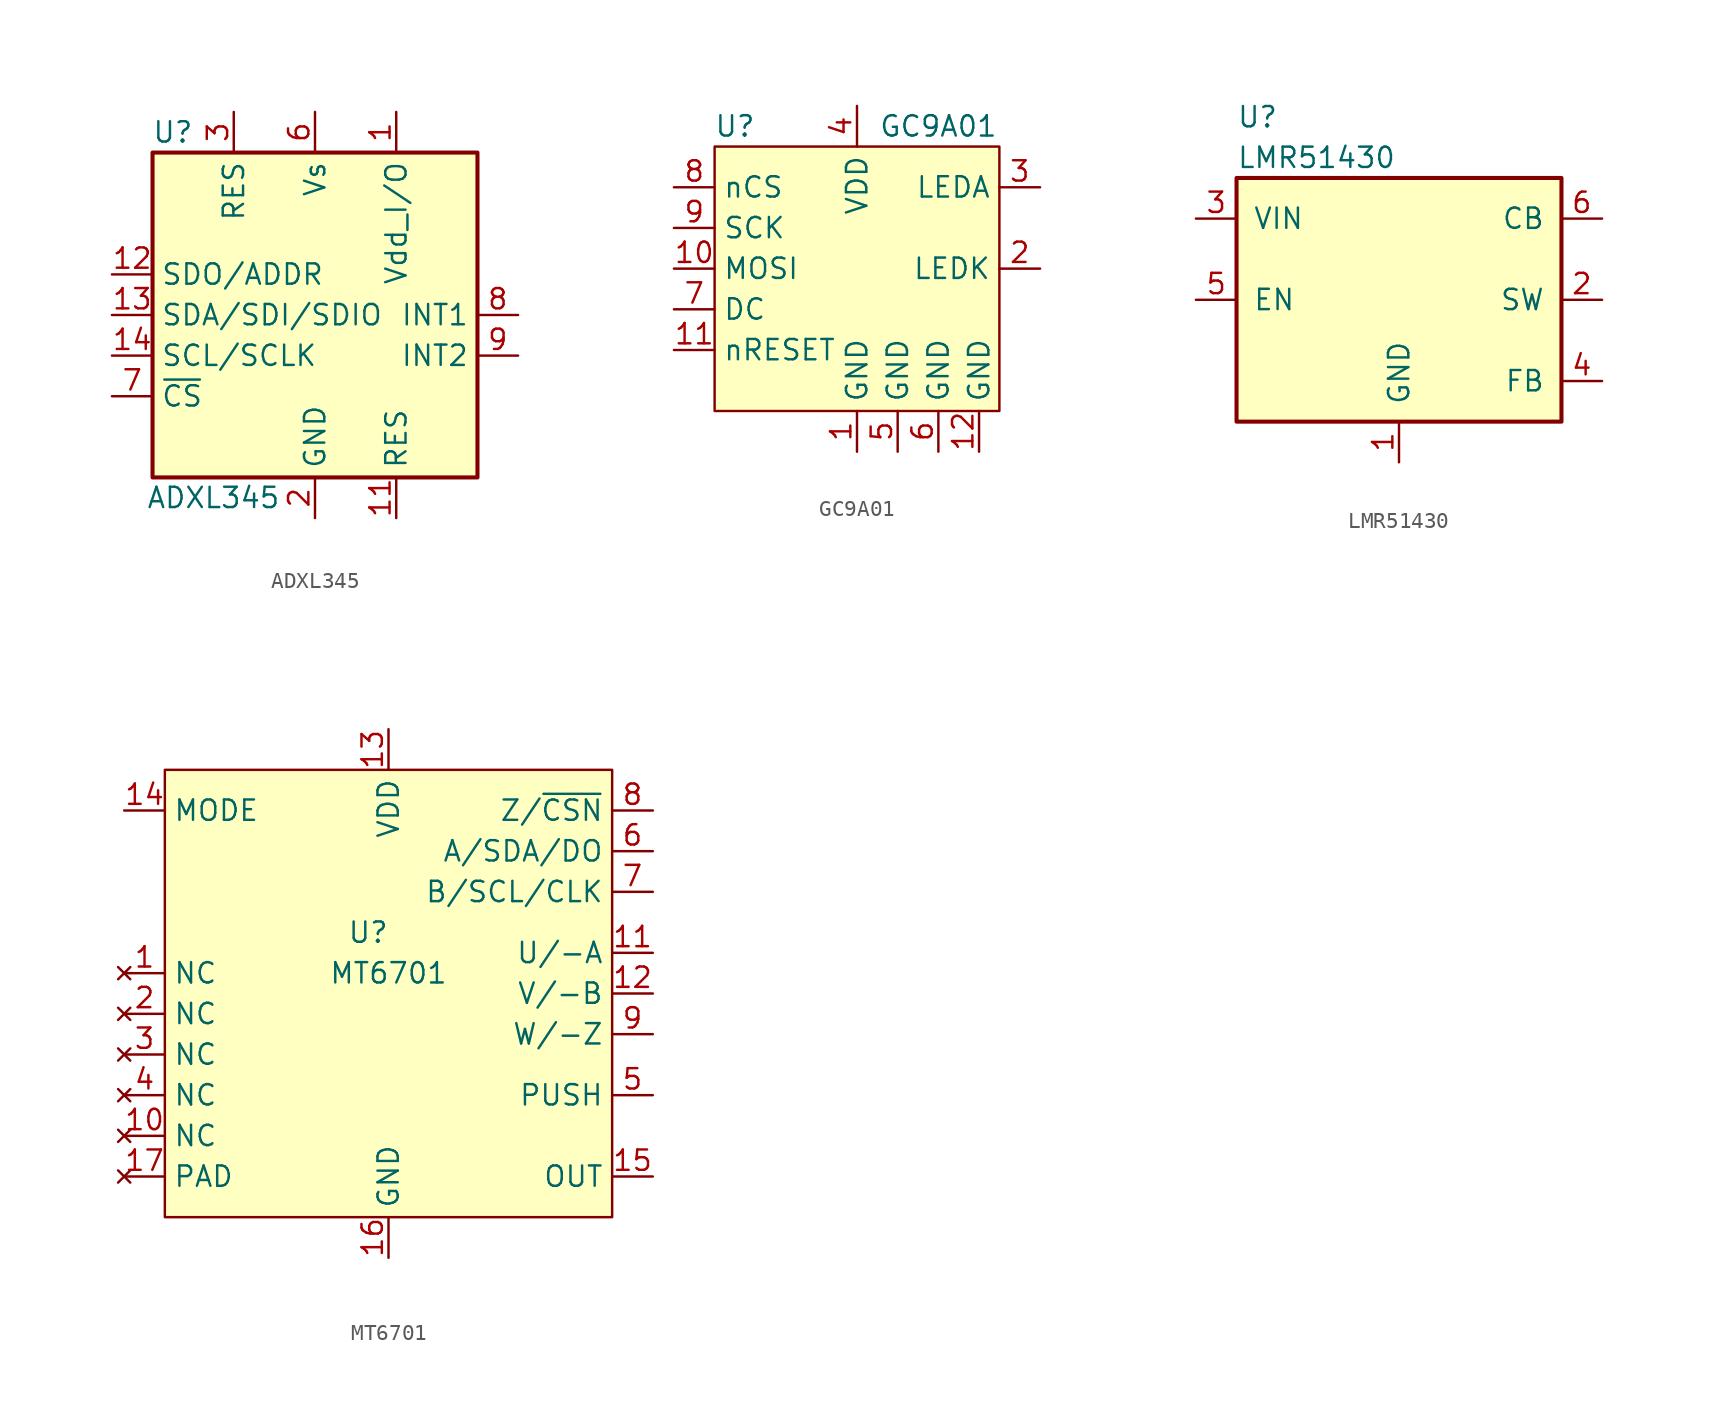
<source format=kicad_sym>
(kicad_symbol_lib
  (version 20231120)
  (generator "kicad_symbol_editor")
  (generator_version "8.0")
  (symbol "ADXL345"
    (property "Reference" "U"
      (at -8.89 11.43 0)
      (effects (font (size 1.27 1.27))))
    (property "Value" "ADXL345"
      (at -6.35 -11.43 0)
      (effects (font (size 1.27 1.27))))
    (symbol "ADXL345_0_1"
      (rectangle (start -10.16 10.16) (end 10.16 -10.16) (stroke (width 0.254) (type default)) (fill (type background))))
    (symbol "ADXL345_1_1"
      (pin power_in line (at 5.08 12.7 270) (length 2.54) (name "Vdd_I/O" (effects (font (size 1.27 1.27)))) (number "1" (effects (font (size 1.27 1.27)))))
      (pin no_connect line (at 12.7 6.35 180) (length 2.54) hide (name "NC" (effects (font (size 1.27 1.27)))) (number "10" (effects (font (size 1.27 1.27)))))
      (pin passive line (at 5.08 -12.7 90) (length 2.54) (name "RES" (effects (font (size 1.27 1.27)))) (number "11" (effects (font (size 1.27 1.27)))))
      (pin bidirectional line (at -12.7 2.54 0) (length 2.54) (name "SDO/ADDR" (effects (font (size 1.27 1.27)))) (number "12" (effects (font (size 1.27 1.27)))))
      (pin bidirectional line (at -12.7 0 0) (length 2.54) (name "SDA/SDI/SDIO" (effects (font (size 1.27 1.27)))) (number "13" (effects (font (size 1.27 1.27)))))
      (pin input line (at -12.7 -2.54 0) (length 2.54) (name "SCL/SCLK" (effects (font (size 1.27 1.27)))) (number "14" (effects (font (size 1.27 1.27)))))
      (pin power_in line (at 0 -12.7 90) (length 2.54) (name "GND" (effects (font (size 1.27 1.27)))) (number "2" (effects (font (size 1.27 1.27)))))
      (pin passive line (at -5.08 12.7 270) (length 2.54) (name "RES" (effects (font (size 1.27 1.27)))) (number "3" (effects (font (size 1.27 1.27)))))
      (pin passive line (at 0 -12.7 90) (length 2.54) hide (name "GND" (effects (font (size 1.27 1.27)))) (number "4" (effects (font (size 1.27 1.27)))))
      (pin passive line (at 0 -12.7 90) (length 2.54) hide (name "GND" (effects (font (size 1.27 1.27)))) (number "5" (effects (font (size 1.27 1.27)))))
      (pin power_in line (at 0 12.7 270) (length 2.54) (name "Vs" (effects (font (size 1.27 1.27)))) (number "6" (effects (font (size 1.27 1.27)))))
      (pin input line (at -12.7 -5.08 0) (length 2.54) (name "~{CS}" (effects (font (size 1.27 1.27)))) (number "7" (effects (font (size 1.27 1.27)))))
      (pin output line (at 12.7 0 180) (length 2.54) (name "INT1" (effects (font (size 1.27 1.27)))) (number "8" (effects (font (size 1.27 1.27)))))
      (pin output line (at 12.7 -2.54 180) (length 2.54) (name "INT2" (effects (font (size 1.27 1.27)))) (number "9" (effects (font (size 1.27 1.27)))))))
  (symbol "GC9A01"
    (property "Reference" "U"
      (at -7.62 8.89 0)
      (effects (font (size 1.27 1.27))))
    (property "Value" "GC9A01"
      (at 5.08 8.89 0)
      (effects (font (size 1.27 1.27))))
    (symbol "GC9A01_0_1"
      (rectangle (start -8.89 7.62) (end 8.89 -8.89) (stroke (width 0.152) (type default)) (fill (type background))))
    (symbol "GC9A01_1_1"
      (pin input line (at 0 -11.43 90) (length 2.54) (name "GND" (effects (font (size 1.27 1.27)))) (number "1" (effects (font (size 1.27 1.27)))))
      (pin input line (at -11.43 0 0) (length 2.54) (name "MOSI" (effects (font (size 1.27 1.27)))) (number "10" (effects (font (size 1.27 1.27)))))
      (pin input line (at -11.43 -5.08 0) (length 2.54) (name "nRESET" (effects (font (size 1.27 1.27)))) (number "11" (effects (font (size 1.27 1.27)))))
      (pin input line (at 7.62 -11.43 90) (length 2.54) (name "GND" (effects (font (size 1.27 1.27)))) (number "12" (effects (font (size 1.27 1.27)))))
      (pin input line (at 11.43 0 180) (length 2.54) (name "LEDK" (effects (font (size 1.27 1.27)))) (number "2" (effects (font (size 1.27 1.27)))))
      (pin input line (at 11.43 5.08 180) (length 2.54) (name "LEDA" (effects (font (size 1.27 1.27)))) (number "3" (effects (font (size 1.27 1.27)))))
      (pin input line (at 0 10.16 270) (length 2.54) (name "VDD" (effects (font (size 1.27 1.27)))) (number "4" (effects (font (size 1.27 1.27)))))
      (pin input line (at 2.54 -11.43 90) (length 2.54) (name "GND" (effects (font (size 1.27 1.27)))) (number "5" (effects (font (size 1.27 1.27)))))
      (pin input line (at 5.08 -11.43 90) (length 2.54) (name "GND" (effects (font (size 1.27 1.27)))) (number "6" (effects (font (size 1.27 1.27)))))
      (pin input line (at -11.43 -2.54 0) (length 2.54) (name "DC" (effects (font (size 1.27 1.27)))) (number "7" (effects (font (size 1.27 1.27)))))
      (pin input line (at -11.43 5.08 0) (length 2.54) (name "nCS" (effects (font (size 1.27 1.27)))) (number "8" (effects (font (size 1.27 1.27)))))
      (pin input line (at -11.43 2.54 0) (length 2.54) (name "SCK" (effects (font (size 1.27 1.27)))) (number "9" (effects (font (size 1.27 1.27)))))))
  (symbol "LMR51430"
    (pin_names
      (offset 1.016))
    (property "Reference" "U"
      (at -10.16 11.43 0)
      (effects (font (size 1.27 1.27)) (justify left)))
    (property "Value" "LMR51430"
      (at -10.16 8.89 0)
      (effects (font (size 1.27 1.27)) (justify left)))
    (symbol "LMR51430_0_1"
      (rectangle (start -10.16 7.62) (end 10.16 -7.62) (stroke (width 0.254) (type default)) (fill (type background))))
    (symbol "LMR51430_1_1"
      (pin power_in line (at 0 -10.16 90) (length 2.54) (name "GND" (effects (font (size 1.27 1.27)))) (number "1" (effects (font (size 1.27 1.27)))))
      (pin output line (at 12.7 0 180) (length 2.54) (name "SW" (effects (font (size 1.27 1.27)))) (number "2" (effects (font (size 1.27 1.27)))))
      (pin power_in line (at -12.7 5.08 0) (length 2.54) (name "VIN" (effects (font (size 1.27 1.27)))) (number "3" (effects (font (size 1.27 1.27)))))
      (pin input line (at 12.7 -5.08 180) (length 2.54) (name "FB" (effects (font (size 1.27 1.27)))) (number "4" (effects (font (size 1.27 1.27)))))
      (pin input line (at -12.7 0 0) (length 2.54) (name "EN" (effects (font (size 1.27 1.27)))) (number "5" (effects (font (size 1.27 1.27)))))
      (pin input line (at 12.7 5.08 180) (length 2.54) (name "CB" (effects (font (size 1.27 1.27)))) (number "6" (effects (font (size 1.27 1.27)))))))
  (symbol "MT6701"
    (property "Reference" "U"
      (at -1.27 3.81 0)
      (effects (font (size 1.27 1.27))))
    (property "Value" "MT6701"
      (at 0 1.27 0)
      (effects (font (size 1.27 1.27))))
    (symbol "MT6701_0_0"
      (pin no_connect line (at -16.51 -1.27 0) (length 2.54) (name "NC" (effects (font (size 1.27 1.27)))) (number "2" (effects (font (size 1.27 1.27)))))
      (pin no_connect line (at -16.51 -3.81 0) (length 2.54) (name "NC" (effects (font (size 1.27 1.27)))) (number "3" (effects (font (size 1.27 1.27)))))
      (pin no_connect line (at -16.51 -6.35 0) (length 2.54) (name "NC" (effects (font (size 1.27 1.27)))) (number "4" (effects (font (size 1.27 1.27))))))
    (symbol "MT6701_1_0"
      (pin no_connect line (at -16.51 1.27 0) (length 2.54) (name "NC" (effects (font (size 1.27 1.27)))) (number "1" (effects (font (size 1.27 1.27)))))
      (pin no_connect line (at -16.51 -8.89 0) (length 2.54) (name "NC" (effects (font (size 1.27 1.27)))) (number "10" (effects (font (size 1.27 1.27)))))
      (pin output line (at 16.51 2.54 180) (length 2.54) (name "U/-A" (effects (font (size 1.27 1.27)))) (number "11" (effects (font (size 1.27 1.27)))))
      (pin output line (at 16.51 0 180) (length 2.54) (name "V/-B" (effects (font (size 1.27 1.27)))) (number "12" (effects (font (size 1.27 1.27)))))
      (pin power_in line (at 0 16.51 270) (length 2.54) (name "VDD" (effects (font (size 1.27 1.27)))) (number "13" (effects (font (size 1.27 1.27)))))
      (pin input line (at -16.51 11.43 0) (length 2.54) (name "MODE" (effects (font (size 1.27 1.27)))) (number "14" (effects (font (size 1.27 1.27)))))
      (pin output line (at 16.51 -11.43 180) (length 2.54) (name "OUT" (effects (font (size 1.27 1.27)))) (number "15" (effects (font (size 1.27 1.27)))))
      (pin power_in line (at 0 -16.51 90) (length 2.54) (name "GND" (effects (font (size 1.27 1.27)))) (number "16" (effects (font (size 1.27 1.27)))))
      (pin no_connect line (at -16.51 -11.43 0) (length 2.54) (name "PAD" (effects (font (size 1.27 1.27)))) (number "17" (effects (font (size 1.27 1.27)))))
      (pin output line (at 16.51 -6.35 180) (length 2.54) (name "PUSH" (effects (font (size 1.27 1.27)))) (number "5" (effects (font (size 1.27 1.27)))))
      (pin bidirectional line (at 16.51 8.89 180) (length 2.54) (name "A/SDA/DO" (effects (font (size 1.27 1.27)))) (number "6" (effects (font (size 1.27 1.27)))))
      (pin input line (at 16.51 6.35 180) (length 2.54) (name "B/SCL/CLK" (effects (font (size 1.27 1.27)))) (number "7" (effects (font (size 1.27 1.27)))))
      (pin input line (at 16.51 11.43 180) (length 2.54) (name "Z/~{CSN}" (effects (font (size 1.27 1.27)))) (number "8" (effects (font (size 1.27 1.27)))))
      (pin output line (at 16.51 -2.54 180) (length 2.54) (name "W/-Z" (effects (font (size 1.27 1.27)))) (number "9" (effects (font (size 1.27 1.27))))))
    (symbol "MT6701_1_1"
      (rectangle (start -13.97 13.97) (end 13.97 -13.97) (stroke (width 0) (type default)) (fill (type background))))))
</source>
